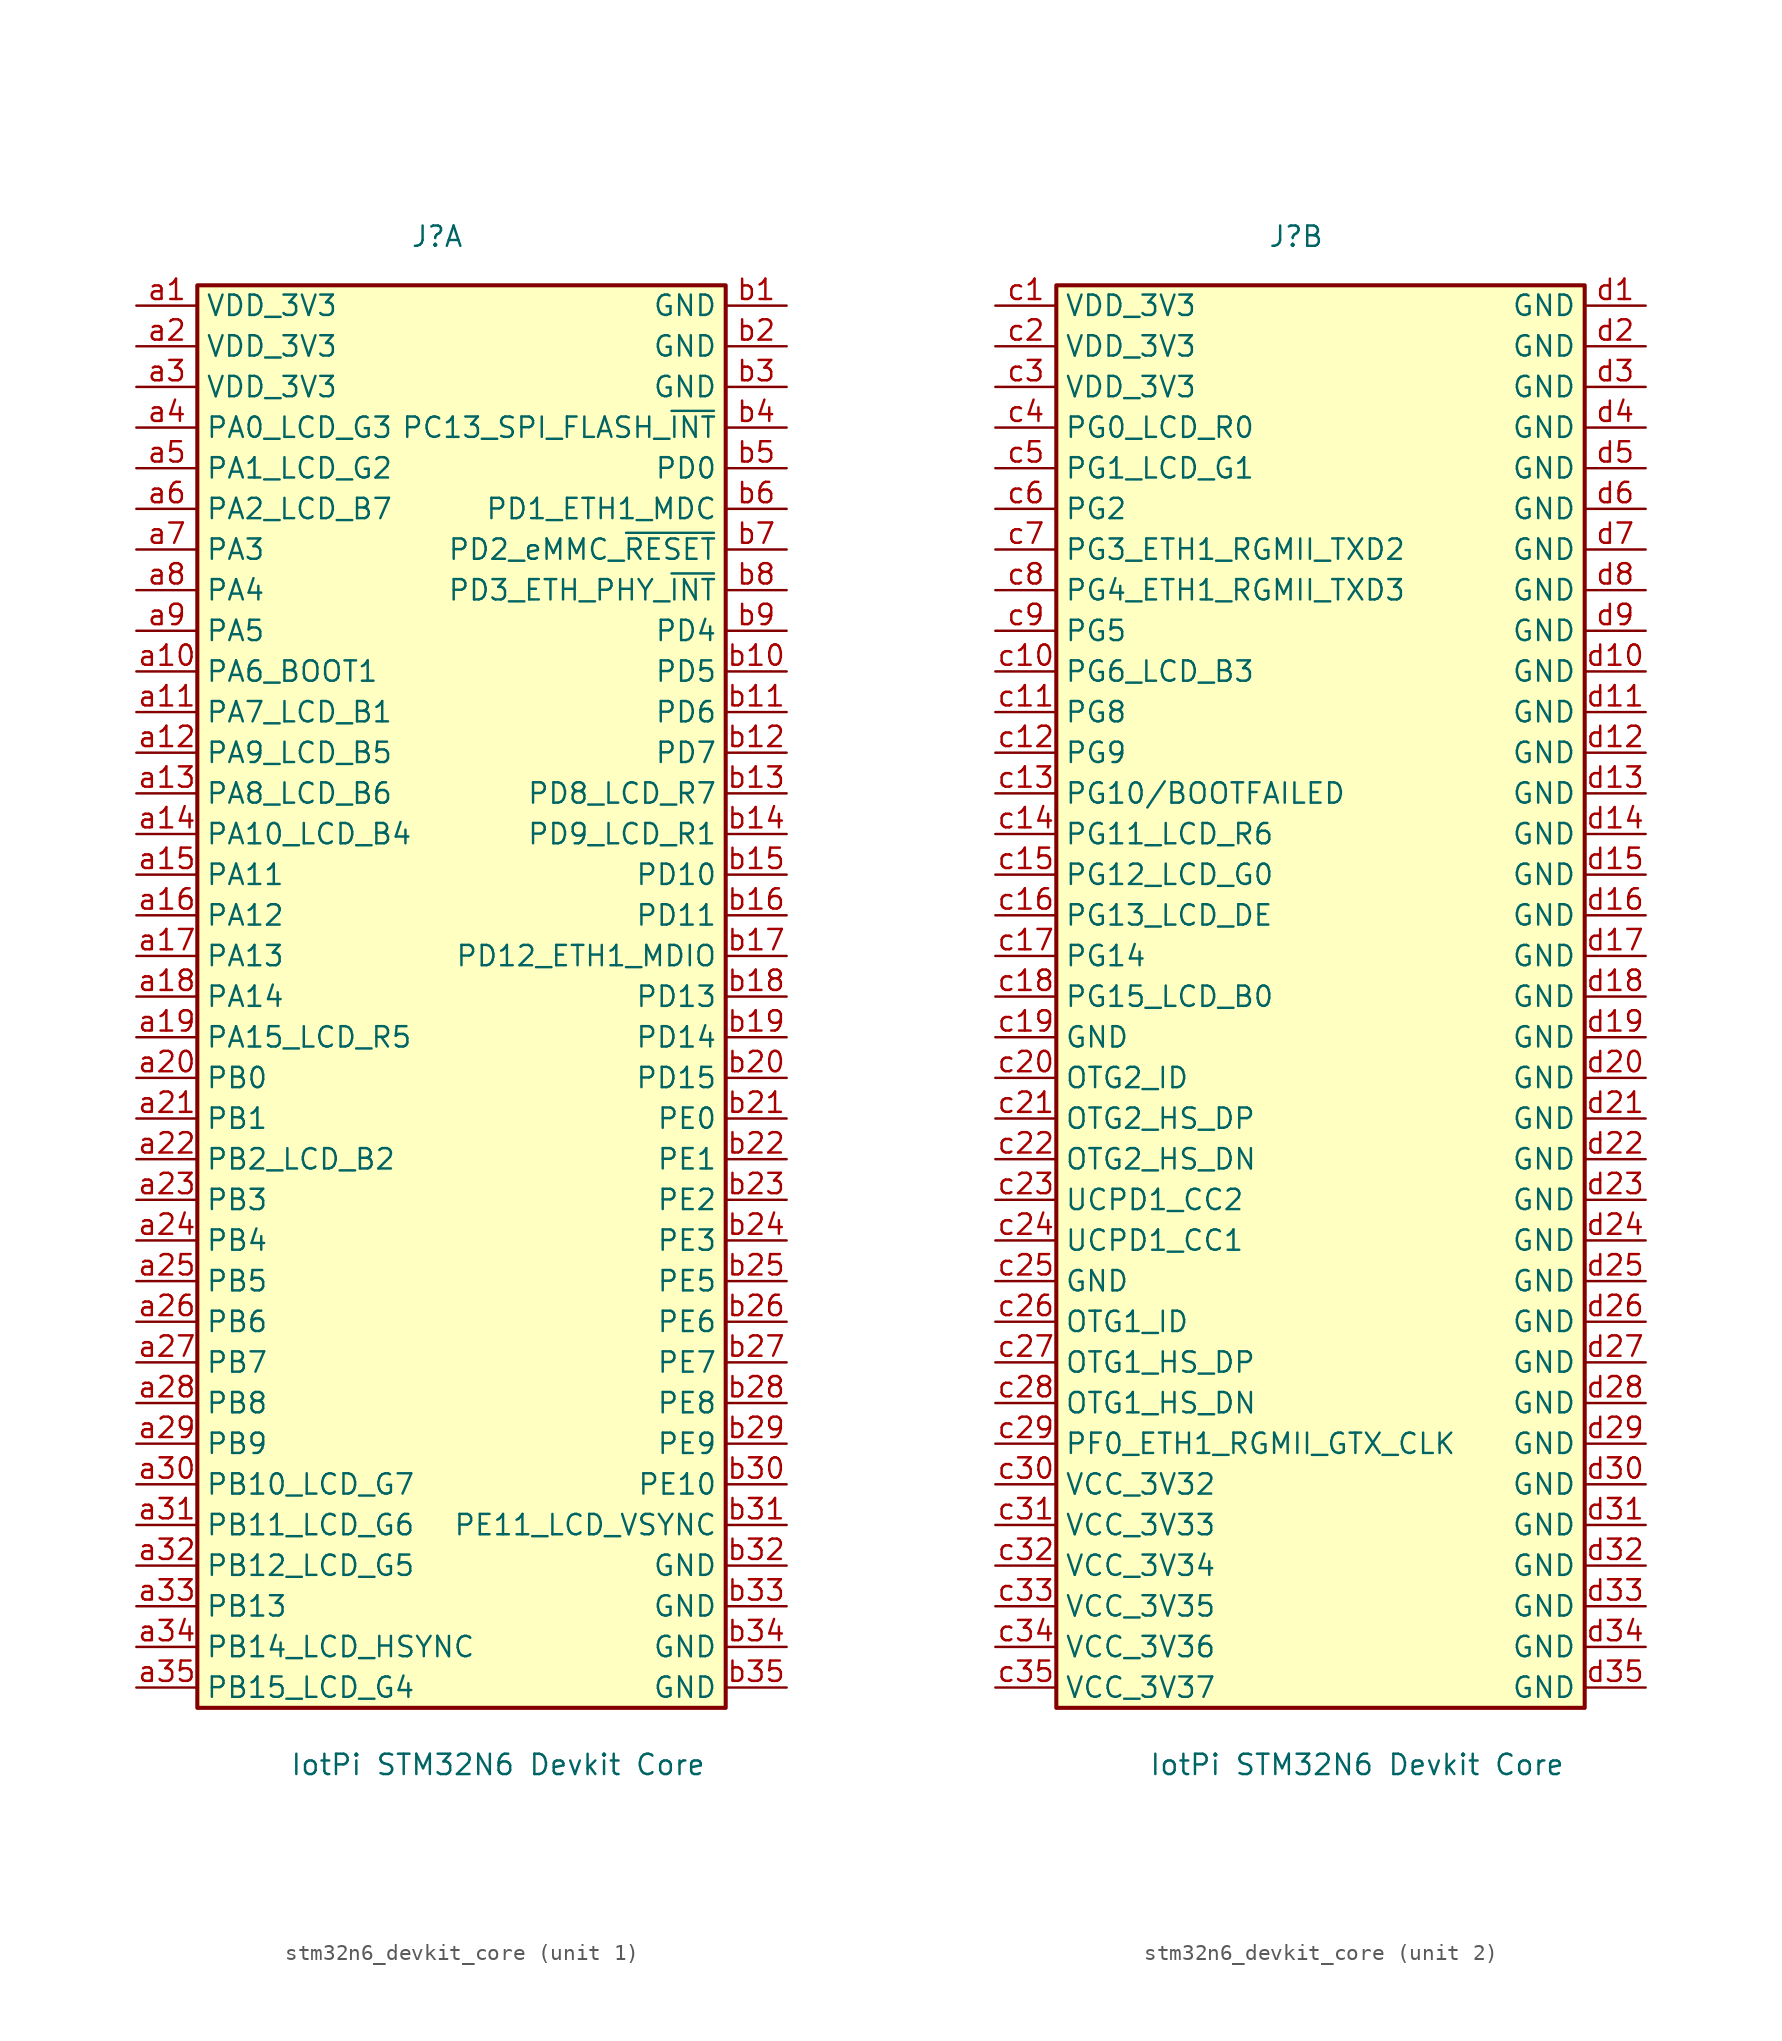
<source format=kicad_sym>
(kicad_symbol_lib
  (version 20241209)
  (generator "kicad_symbol_editor")
  (generator_version "9.0")
  (symbol "stm32n6_devkit_core"
    (property "Reference" "J"
      (at -1.524 47.498 0)
      (effects (font (size 1.27 1.27))))
    (property "Value" "IotPi STM32N6 Devkit Core"
      (at 2.286 -48.006 0)
      (effects (font (size 1.27 1.27))))
    (property "ki_locked" ""
      (at 0 0 0)
      (effects (font (size 1.27 1.27))))
    (symbol "stm32n6_devkit_core_0_1"
      (rectangle (start -16.51 44.45) (end 16.51 -44.45) (stroke (width 0.254) (type solid)) (fill (type background))))
    (symbol "stm32n6_devkit_core_1_1"
      (pin passive line (at -20.32 43.18 0) (length 3.81) (name "VDD_3V3" (effects (font (size 1.27 1.27)))) (number "a1" (effects (font (size 1.27 1.27)))))
      (pin passive line (at -20.32 40.64 0) (length 3.81) (name "VDD_3V3" (effects (font (size 1.27 1.27)))) (number "a2" (effects (font (size 1.27 1.27)))))
      (pin passive line (at -20.32 38.1 0) (length 3.81) (name "VDD_3V3" (effects (font (size 1.27 1.27)))) (number "a3" (effects (font (size 1.27 1.27)))))
      (pin passive line (at -20.32 35.56 0) (length 3.81) (name "PA0_LCD_G3" (effects (font (size 1.27 1.27)))) (number "a4" (effects (font (size 1.27 1.27)))))
      (pin passive line (at -20.32 33.02 0) (length 3.81) (name "PA1_LCD_G2" (effects (font (size 1.27 1.27)))) (number "a5" (effects (font (size 1.27 1.27)))))
      (pin passive line (at -20.32 30.48 0) (length 3.81) (name "PA2_LCD_B7" (effects (font (size 1.27 1.27)))) (number "a6" (effects (font (size 1.27 1.27)))))
      (pin passive line (at -20.32 27.94 0) (length 3.81) (name "PA3" (effects (font (size 1.27 1.27)))) (number "a7" (effects (font (size 1.27 1.27)))))
      (pin passive line (at -20.32 25.4 0) (length 3.81) (name "PA4" (effects (font (size 1.27 1.27)))) (number "a8" (effects (font (size 1.27 1.27)))))
      (pin passive line (at -20.32 22.86 0) (length 3.81) (name "PA5" (effects (font (size 1.27 1.27)))) (number "a9" (effects (font (size 1.27 1.27)))))
      (pin passive line (at -20.32 20.32 0) (length 3.81) (name "PA6_BOOT1" (effects (font (size 1.27 1.27)))) (number "a10" (effects (font (size 1.27 1.27)))))
      (pin passive line (at -20.32 17.78 0) (length 3.81) (name "PA7_LCD_B1" (effects (font (size 1.27 1.27)))) (number "a11" (effects (font (size 1.27 1.27)))))
      (pin passive line (at -20.32 15.24 0) (length 3.81) (name "PA9_LCD_B5" (effects (font (size 1.27 1.27)))) (number "a12" (effects (font (size 1.27 1.27)))))
      (pin passive line (at -20.32 12.7 0) (length 3.81) (name "PA8_LCD_B6" (effects (font (size 1.27 1.27)))) (number "a13" (effects (font (size 1.27 1.27)))))
      (pin passive line (at -20.32 10.16 0) (length 3.81) (name "PA10_LCD_B4" (effects (font (size 1.27 1.27)))) (number "a14" (effects (font (size 1.27 1.27)))))
      (pin passive line (at -20.32 7.62 0) (length 3.81) (name "PA11" (effects (font (size 1.27 1.27)))) (number "a15" (effects (font (size 1.27 1.27)))))
      (pin passive line (at -20.32 5.08 0) (length 3.81) (name "PA12" (effects (font (size 1.27 1.27)))) (number "a16" (effects (font (size 1.27 1.27)))))
      (pin passive line (at -20.32 2.54 0) (length 3.81) (name "PA13" (effects (font (size 1.27 1.27)))) (number "a17" (effects (font (size 1.27 1.27)))))
      (pin passive line (at -20.32 0 0) (length 3.81) (name "PA14" (effects (font (size 1.27 1.27)))) (number "a18" (effects (font (size 1.27 1.27)))))
      (pin passive line (at -20.32 -2.54 0) (length 3.81) (name "PA15_LCD_R5" (effects (font (size 1.27 1.27)))) (number "a19" (effects (font (size 1.27 1.27)))))
      (pin passive line (at -20.32 -5.08 0) (length 3.81) (name "PB0" (effects (font (size 1.27 1.27)))) (number "a20" (effects (font (size 1.27 1.27)))))
      (pin passive line (at -20.32 -7.62 0) (length 3.81) (name "PB1" (effects (font (size 1.27 1.27)))) (number "a21" (effects (font (size 1.27 1.27)))))
      (pin passive line (at -20.32 -10.16 0) (length 3.81) (name "PB2_LCD_B2" (effects (font (size 1.27 1.27)))) (number "a22" (effects (font (size 1.27 1.27)))))
      (pin passive line (at -20.32 -12.7 0) (length 3.81) (name "PB3" (effects (font (size 1.27 1.27)))) (number "a23" (effects (font (size 1.27 1.27)))))
      (pin passive line (at -20.32 -15.24 0) (length 3.81) (name "PB4" (effects (font (size 1.27 1.27)))) (number "a24" (effects (font (size 1.27 1.27)))))
      (pin passive line (at -20.32 -17.78 0) (length 3.81) (name "PB5" (effects (font (size 1.27 1.27)))) (number "a25" (effects (font (size 1.27 1.27)))))
      (pin passive line (at -20.32 -20.32 0) (length 3.81) (name "PB6" (effects (font (size 1.27 1.27)))) (number "a26" (effects (font (size 1.27 1.27)))))
      (pin passive line (at -20.32 -22.86 0) (length 3.81) (name "PB7" (effects (font (size 1.27 1.27)))) (number "a27" (effects (font (size 1.27 1.27)))))
      (pin passive line (at -20.32 -25.4 0) (length 3.81) (name "PB8" (effects (font (size 1.27 1.27)))) (number "a28" (effects (font (size 1.27 1.27)))))
      (pin passive line (at -20.32 -27.94 0) (length 3.81) (name "PB9" (effects (font (size 1.27 1.27)))) (number "a29" (effects (font (size 1.27 1.27)))))
      (pin passive line (at -20.32 -30.48 0) (length 3.81) (name "PB10_LCD_G7" (effects (font (size 1.27 1.27)))) (number "a30" (effects (font (size 1.27 1.27)))))
      (pin passive line (at -20.32 -33.02 0) (length 3.81) (name "PB11_LCD_G6" (effects (font (size 1.27 1.27)))) (number "a31" (effects (font (size 1.27 1.27)))))
      (pin passive line (at -20.32 -35.56 0) (length 3.81) (name "PB12_LCD_G5" (effects (font (size 1.27 1.27)))) (number "a32" (effects (font (size 1.27 1.27)))))
      (pin passive line (at -20.32 -38.1 0) (length 3.81) (name "PB13" (effects (font (size 1.27 1.27)))) (number "a33" (effects (font (size 1.27 1.27)))))
      (pin passive line (at -20.32 -40.64 0) (length 3.81) (name "PB14_LCD_HSYNC" (effects (font (size 1.27 1.27)))) (number "a34" (effects (font (size 1.27 1.27)))))
      (pin passive line (at -20.32 -43.18 0) (length 3.81) (name "PB15_LCD_G4" (effects (font (size 1.27 1.27)))) (number "a35" (effects (font (size 1.27 1.27)))))
      (pin passive line (at 20.32 43.18 180) (length 3.81) (name "GND" (effects (font (size 1.27 1.27)))) (number "b1" (effects (font (size 1.27 1.27)))))
      (pin passive line (at 20.32 40.64 180) (length 3.81) (name "GND" (effects (font (size 1.27 1.27)))) (number "b2" (effects (font (size 1.27 1.27)))))
      (pin passive line (at 20.32 38.1 180) (length 3.81) (name "GND" (effects (font (size 1.27 1.27)))) (number "b3" (effects (font (size 1.27 1.27)))))
      (pin passive line (at 20.32 35.56 180) (length 3.81) (name "PC13_SPI_FLASH_~{INT}" (effects (font (size 1.27 1.27)))) (number "b4" (effects (font (size 1.27 1.27)))))
      (pin passive line (at 20.32 33.02 180) (length 3.81) (name "PD0" (effects (font (size 1.27 1.27)))) (number "b5" (effects (font (size 1.27 1.27)))))
      (pin passive line (at 20.32 30.48 180) (length 3.81) (name "PD1_ETH1_MDC" (effects (font (size 1.27 1.27)))) (number "b6" (effects (font (size 1.27 1.27)))))
      (pin passive line (at 20.32 27.94 180) (length 3.81) (name "PD2_eMMC_~{RESET}" (effects (font (size 1.27 1.27)))) (number "b7" (effects (font (size 1.27 1.27)))))
      (pin passive line (at 20.32 25.4 180) (length 3.81) (name "PD3_ETH_PHY_~{INT}" (effects (font (size 1.27 1.27)))) (number "b8" (effects (font (size 1.27 1.27)))))
      (pin passive line (at 20.32 22.86 180) (length 3.81) (name "PD4" (effects (font (size 1.27 1.27)))) (number "b9" (effects (font (size 1.27 1.27)))))
      (pin passive line (at 20.32 20.32 180) (length 3.81) (name "PD5" (effects (font (size 1.27 1.27)))) (number "b10" (effects (font (size 1.27 1.27)))))
      (pin passive line (at 20.32 17.78 180) (length 3.81) (name "PD6" (effects (font (size 1.27 1.27)))) (number "b11" (effects (font (size 1.27 1.27)))))
      (pin passive line (at 20.32 15.24 180) (length 3.81) (name "PD7" (effects (font (size 1.27 1.27)))) (number "b12" (effects (font (size 1.27 1.27)))))
      (pin passive line (at 20.32 12.7 180) (length 3.81) (name "PD8_LCD_R7" (effects (font (size 1.27 1.27)))) (number "b13" (effects (font (size 1.27 1.27)))))
      (pin passive line (at 20.32 10.16 180) (length 3.81) (name "PD9_LCD_R1" (effects (font (size 1.27 1.27)))) (number "b14" (effects (font (size 1.27 1.27)))))
      (pin passive line (at 20.32 7.62 180) (length 3.81) (name "PD10" (effects (font (size 1.27 1.27)))) (number "b15" (effects (font (size 1.27 1.27)))))
      (pin passive line (at 20.32 5.08 180) (length 3.81) (name "PD11" (effects (font (size 1.27 1.27)))) (number "b16" (effects (font (size 1.27 1.27)))))
      (pin passive line (at 20.32 2.54 180) (length 3.81) (name "PD12_ETH1_MDIO" (effects (font (size 1.27 1.27)))) (number "b17" (effects (font (size 1.27 1.27)))))
      (pin passive line (at 20.32 0 180) (length 3.81) (name "PD13" (effects (font (size 1.27 1.27)))) (number "b18" (effects (font (size 1.27 1.27)))))
      (pin passive line (at 20.32 -2.54 180) (length 3.81) (name "PD14" (effects (font (size 1.27 1.27)))) (number "b19" (effects (font (size 1.27 1.27)))))
      (pin passive line (at 20.32 -5.08 180) (length 3.81) (name "PD15" (effects (font (size 1.27 1.27)))) (number "b20" (effects (font (size 1.27 1.27)))))
      (pin passive line (at 20.32 -7.62 180) (length 3.81) (name "PE0" (effects (font (size 1.27 1.27)))) (number "b21" (effects (font (size 1.27 1.27)))))
      (pin passive line (at 20.32 -10.16 180) (length 3.81) (name "PE1" (effects (font (size 1.27 1.27)))) (number "b22" (effects (font (size 1.27 1.27)))))
      (pin passive line (at 20.32 -12.7 180) (length 3.81) (name "PE2" (effects (font (size 1.27 1.27)))) (number "b23" (effects (font (size 1.27 1.27)))))
      (pin passive line (at 20.32 -15.24 180) (length 3.81) (name "PE3" (effects (font (size 1.27 1.27)))) (number "b24" (effects (font (size 1.27 1.27)))))
      (pin passive line (at 20.32 -17.78 180) (length 3.81) (name "PE5" (effects (font (size 1.27 1.27)))) (number "b25" (effects (font (size 1.27 1.27)))))
      (pin passive line (at 20.32 -20.32 180) (length 3.81) (name "PE6" (effects (font (size 1.27 1.27)))) (number "b26" (effects (font (size 1.27 1.27)))))
      (pin passive line (at 20.32 -22.86 180) (length 3.81) (name "PE7" (effects (font (size 1.27 1.27)))) (number "b27" (effects (font (size 1.27 1.27)))))
      (pin passive line (at 20.32 -25.4 180) (length 3.81) (name "PE8" (effects (font (size 1.27 1.27)))) (number "b28" (effects (font (size 1.27 1.27)))))
      (pin passive line (at 20.32 -27.94 180) (length 3.81) (name "PE9" (effects (font (size 1.27 1.27)))) (number "b29" (effects (font (size 1.27 1.27)))))
      (pin passive line (at 20.32 -30.48 180) (length 3.81) (name "PE10" (effects (font (size 1.27 1.27)))) (number "b30" (effects (font (size 1.27 1.27)))))
      (pin passive line (at 20.32 -33.02 180) (length 3.81) (name "PE11_LCD_VSYNC" (effects (font (size 1.27 1.27)))) (number "b31" (effects (font (size 1.27 1.27)))))
      (pin passive line (at 20.32 -35.56 180) (length 3.81) (name "GND" (effects (font (size 1.27 1.27)))) (number "b32" (effects (font (size 1.27 1.27)))))
      (pin passive line (at 20.32 -38.1 180) (length 3.81) (name "GND" (effects (font (size 1.27 1.27)))) (number "b33" (effects (font (size 1.27 1.27)))))
      (pin passive line (at 20.32 -40.64 180) (length 3.81) (name "GND" (effects (font (size 1.27 1.27)))) (number "b34" (effects (font (size 1.27 1.27)))))
      (pin passive line (at 20.32 -43.18 180) (length 3.81) (name "GND" (effects (font (size 1.27 1.27)))) (number "b35" (effects (font (size 1.27 1.27))))))
    (symbol "stm32n6_devkit_core_2_1"
      (pin passive line (at -20.32 43.18 0) (length 3.81) (name "VDD_3V3" (effects (font (size 1.27 1.27)))) (number "c1" (effects (font (size 1.27 1.27)))))
      (pin passive line (at -20.32 40.64 0) (length 3.81) (name "VDD_3V3" (effects (font (size 1.27 1.27)))) (number "c2" (effects (font (size 1.27 1.27)))))
      (pin passive line (at -20.32 38.1 0) (length 3.81) (name "VDD_3V3" (effects (font (size 1.27 1.27)))) (number "c3" (effects (font (size 1.27 1.27)))))
      (pin passive line (at -20.32 35.56 0) (length 3.81) (name "PG0_LCD_R0" (effects (font (size 1.27 1.27)))) (number "c4" (effects (font (size 1.27 1.27)))))
      (pin passive line (at -20.32 33.02 0) (length 3.81) (name "PG1_LCD_G1" (effects (font (size 1.27 1.27)))) (number "c5" (effects (font (size 1.27 1.27)))))
      (pin passive line (at -20.32 30.48 0) (length 3.81) (name "PG2" (effects (font (size 1.27 1.27)))) (number "c6" (effects (font (size 1.27 1.27)))))
      (pin passive line (at -20.32 27.94 0) (length 3.81) (name "PG3_ETH1_RGMII_TXD2" (effects (font (size 1.27 1.27)))) (number "c7" (effects (font (size 1.27 1.27)))))
      (pin passive line (at -20.32 25.4 0) (length 3.81) (name "PG4_ETH1_RGMII_TXD3" (effects (font (size 1.27 1.27)))) (number "c8" (effects (font (size 1.27 1.27)))))
      (pin passive line (at -20.32 22.86 0) (length 3.81) (name "PG5" (effects (font (size 1.27 1.27)))) (number "c9" (effects (font (size 1.27 1.27)))))
      (pin passive line (at -20.32 20.32 0) (length 3.81) (name "PG6_LCD_B3" (effects (font (size 1.27 1.27)))) (number "c10" (effects (font (size 1.27 1.27)))))
      (pin passive line (at -20.32 17.78 0) (length 3.81) (name "PG8" (effects (font (size 1.27 1.27)))) (number "c11" (effects (font (size 1.27 1.27)))))
      (pin passive line (at -20.32 15.24 0) (length 3.81) (name "PG9" (effects (font (size 1.27 1.27)))) (number "c12" (effects (font (size 1.27 1.27)))))
      (pin passive line (at -20.32 12.7 0) (length 3.81) (name "PG10/BOOTFAILED" (effects (font (size 1.27 1.27)))) (number "c13" (effects (font (size 1.27 1.27)))))
      (pin passive line (at -20.32 10.16 0) (length 3.81) (name "PG11_LCD_R6" (effects (font (size 1.27 1.27)))) (number "c14" (effects (font (size 1.27 1.27)))))
      (pin passive line (at -20.32 7.62 0) (length 3.81) (name "PG12_LCD_G0" (effects (font (size 1.27 1.27)))) (number "c15" (effects (font (size 1.27 1.27)))))
      (pin passive line (at -20.32 5.08 0) (length 3.81) (name "PG13_LCD_DE" (effects (font (size 1.27 1.27)))) (number "c16" (effects (font (size 1.27 1.27)))))
      (pin passive line (at -20.32 2.54 0) (length 3.81) (name "PG14" (effects (font (size 1.27 1.27)))) (number "c17" (effects (font (size 1.27 1.27)))))
      (pin passive line (at -20.32 0 0) (length 3.81) (name "PG15_LCD_B0" (effects (font (size 1.27 1.27)))) (number "c18" (effects (font (size 1.27 1.27)))))
      (pin passive line (at -20.32 -2.54 0) (length 3.81) (name "GND" (effects (font (size 1.27 1.27)))) (number "c19" (effects (font (size 1.27 1.27)))))
      (pin passive line (at -20.32 -5.08 0) (length 3.81) (name "OTG2_ID" (effects (font (size 1.27 1.27)))) (number "c20" (effects (font (size 1.27 1.27)))))
      (pin passive line (at -20.32 -7.62 0) (length 3.81) (name "OTG2_HS_DP" (effects (font (size 1.27 1.27)))) (number "c21" (effects (font (size 1.27 1.27)))))
      (pin passive line (at -20.32 -10.16 0) (length 3.81) (name "OTG2_HS_DN" (effects (font (size 1.27 1.27)))) (number "c22" (effects (font (size 1.27 1.27)))))
      (pin passive line (at -20.32 -12.7 0) (length 3.81) (name "UCPD1_CC2" (effects (font (size 1.27 1.27)))) (number "c23" (effects (font (size 1.27 1.27)))))
      (pin passive line (at -20.32 -15.24 0) (length 3.81) (name "UCPD1_CC1" (effects (font (size 1.27 1.27)))) (number "c24" (effects (font (size 1.27 1.27)))))
      (pin passive line (at -20.32 -17.78 0) (length 3.81) (name "GND" (effects (font (size 1.27 1.27)))) (number "c25" (effects (font (size 1.27 1.27)))))
      (pin passive line (at -20.32 -20.32 0) (length 3.81) (name "OTG1_ID" (effects (font (size 1.27 1.27)))) (number "c26" (effects (font (size 1.27 1.27)))))
      (pin passive line (at -20.32 -22.86 0) (length 3.81) (name "OTG1_HS_DP" (effects (font (size 1.27 1.27)))) (number "c27" (effects (font (size 1.27 1.27)))))
      (pin passive line (at -20.32 -25.4 0) (length 3.81) (name "OTG1_HS_DN" (effects (font (size 1.27 1.27)))) (number "c28" (effects (font (size 1.27 1.27)))))
      (pin passive line (at -20.32 -27.94 0) (length 3.81) (name "PF0_ETH1_RGMII_GTX_CLK" (effects (font (size 1.27 1.27)))) (number "c29" (effects (font (size 1.27 1.27)))))
      (pin passive line (at -20.32 -30.48 0) (length 3.81) (name "VCC_3V32" (effects (font (size 1.27 1.27)))) (number "c30" (effects (font (size 1.27 1.27)))))
      (pin passive line (at -20.32 -33.02 0) (length 3.81) (name "VCC_3V33" (effects (font (size 1.27 1.27)))) (number "c31" (effects (font (size 1.27 1.27)))))
      (pin passive line (at -20.32 -35.56 0) (length 3.81) (name "VCC_3V34" (effects (font (size 1.27 1.27)))) (number "c32" (effects (font (size 1.27 1.27)))))
      (pin passive line (at -20.32 -38.1 0) (length 3.81) (name "VCC_3V35" (effects (font (size 1.27 1.27)))) (number "c33" (effects (font (size 1.27 1.27)))))
      (pin passive line (at -20.32 -40.64 0) (length 3.81) (name "VCC_3V36" (effects (font (size 1.27 1.27)))) (number "c34" (effects (font (size 1.27 1.27)))))
      (pin passive line (at -20.32 -43.18 0) (length 3.81) (name "VCC_3V37" (effects (font (size 1.27 1.27)))) (number "c35" (effects (font (size 1.27 1.27)))))
      (pin passive line (at 20.32 43.18 180) (length 3.81) (name "GND" (effects (font (size 1.27 1.27)))) (number "d1" (effects (font (size 1.27 1.27)))))
      (pin passive line (at 20.32 40.64 180) (length 3.81) (name "GND" (effects (font (size 1.27 1.27)))) (number "d2" (effects (font (size 1.27 1.27)))))
      (pin passive line (at 20.32 38.1 180) (length 3.81) (name "GND" (effects (font (size 1.27 1.27)))) (number "d3" (effects (font (size 1.27 1.27)))))
      (pin passive line (at 20.32 35.56 180) (length 3.81) (name "GND" (effects (font (size 1.27 1.27)))) (number "d4" (effects (font (size 1.27 1.27)))))
      (pin passive line (at 20.32 33.02 180) (length 3.81) (name "GND" (effects (font (size 1.27 1.27)))) (number "d5" (effects (font (size 1.27 1.27)))))
      (pin passive line (at 20.32 30.48 180) (length 3.81) (name "GND" (effects (font (size 1.27 1.27)))) (number "d6" (effects (font (size 1.27 1.27)))))
      (pin passive line (at 20.32 27.94 180) (length 3.81) (name "GND" (effects (font (size 1.27 1.27)))) (number "d7" (effects (font (size 1.27 1.27)))))
      (pin passive line (at 20.32 25.4 180) (length 3.81) (name "GND" (effects (font (size 1.27 1.27)))) (number "d8" (effects (font (size 1.27 1.27)))))
      (pin passive line (at 20.32 22.86 180) (length 3.81) (name "GND" (effects (font (size 1.27 1.27)))) (number "d9" (effects (font (size 1.27 1.27)))))
      (pin passive line (at 20.32 20.32 180) (length 3.81) (name "GND" (effects (font (size 1.27 1.27)))) (number "d10" (effects (font (size 1.27 1.27)))))
      (pin passive line (at 20.32 17.78 180) (length 3.81) (name "GND" (effects (font (size 1.27 1.27)))) (number "d11" (effects (font (size 1.27 1.27)))))
      (pin passive line (at 20.32 15.24 180) (length 3.81) (name "GND" (effects (font (size 1.27 1.27)))) (number "d12" (effects (font (size 1.27 1.27)))))
      (pin passive line (at 20.32 12.7 180) (length 3.81) (name "GND" (effects (font (size 1.27 1.27)))) (number "d13" (effects (font (size 1.27 1.27)))))
      (pin passive line (at 20.32 10.16 180) (length 3.81) (name "GND" (effects (font (size 1.27 1.27)))) (number "d14" (effects (font (size 1.27 1.27)))))
      (pin passive line (at 20.32 7.62 180) (length 3.81) (name "GND" (effects (font (size 1.27 1.27)))) (number "d15" (effects (font (size 1.27 1.27)))))
      (pin passive line (at 20.32 5.08 180) (length 3.81) (name "GND" (effects (font (size 1.27 1.27)))) (number "d16" (effects (font (size 1.27 1.27)))))
      (pin passive line (at 20.32 2.54 180) (length 3.81) (name "GND" (effects (font (size 1.27 1.27)))) (number "d17" (effects (font (size 1.27 1.27)))))
      (pin passive line (at 20.32 0 180) (length 3.81) (name "GND" (effects (font (size 1.27 1.27)))) (number "d18" (effects (font (size 1.27 1.27)))))
      (pin passive line (at 20.32 -2.54 180) (length 3.81) (name "GND" (effects (font (size 1.27 1.27)))) (number "d19" (effects (font (size 1.27 1.27)))))
      (pin passive line (at 20.32 -5.08 180) (length 3.81) (name "GND" (effects (font (size 1.27 1.27)))) (number "d20" (effects (font (size 1.27 1.27)))))
      (pin passive line (at 20.32 -7.62 180) (length 3.81) (name "GND" (effects (font (size 1.27 1.27)))) (number "d21" (effects (font (size 1.27 1.27)))))
      (pin passive line (at 20.32 -10.16 180) (length 3.81) (name "GND" (effects (font (size 1.27 1.27)))) (number "d22" (effects (font (size 1.27 1.27)))))
      (pin passive line (at 20.32 -12.7 180) (length 3.81) (name "GND" (effects (font (size 1.27 1.27)))) (number "d23" (effects (font (size 1.27 1.27)))))
      (pin passive line (at 20.32 -15.24 180) (length 3.81) (name "GND" (effects (font (size 1.27 1.27)))) (number "d24" (effects (font (size 1.27 1.27)))))
      (pin passive line (at 20.32 -17.78 180) (length 3.81) (name "GND" (effects (font (size 1.27 1.27)))) (number "d25" (effects (font (size 1.27 1.27)))))
      (pin passive line (at 20.32 -20.32 180) (length 3.81) (name "GND" (effects (font (size 1.27 1.27)))) (number "d26" (effects (font (size 1.27 1.27)))))
      (pin passive line (at 20.32 -22.86 180) (length 3.81) (name "GND" (effects (font (size 1.27 1.27)))) (number "d27" (effects (font (size 1.27 1.27)))))
      (pin passive line (at 20.32 -25.4 180) (length 3.81) (name "GND" (effects (font (size 1.27 1.27)))) (number "d28" (effects (font (size 1.27 1.27)))))
      (pin passive line (at 20.32 -27.94 180) (length 3.81) (name "GND" (effects (font (size 1.27 1.27)))) (number "d29" (effects (font (size 1.27 1.27)))))
      (pin passive line (at 20.32 -30.48 180) (length 3.81) (name "GND" (effects (font (size 1.27 1.27)))) (number "d30" (effects (font (size 1.27 1.27)))))
      (pin passive line (at 20.32 -33.02 180) (length 3.81) (name "GND" (effects (font (size 1.27 1.27)))) (number "d31" (effects (font (size 1.27 1.27)))))
      (pin passive line (at 20.32 -35.56 180) (length 3.81) (name "GND" (effects (font (size 1.27 1.27)))) (number "d32" (effects (font (size 1.27 1.27)))))
      (pin passive line (at 20.32 -38.1 180) (length 3.81) (name "GND" (effects (font (size 1.27 1.27)))) (number "d33" (effects (font (size 1.27 1.27)))))
      (pin passive line (at 20.32 -40.64 180) (length 3.81) (name "GND" (effects (font (size 1.27 1.27)))) (number "d34" (effects (font (size 1.27 1.27)))))
      (pin passive line (at 20.32 -43.18 180) (length 3.81) (name "GND" (effects (font (size 1.27 1.27)))) (number "d35" (effects (font (size 1.27 1.27))))))))
</source>
